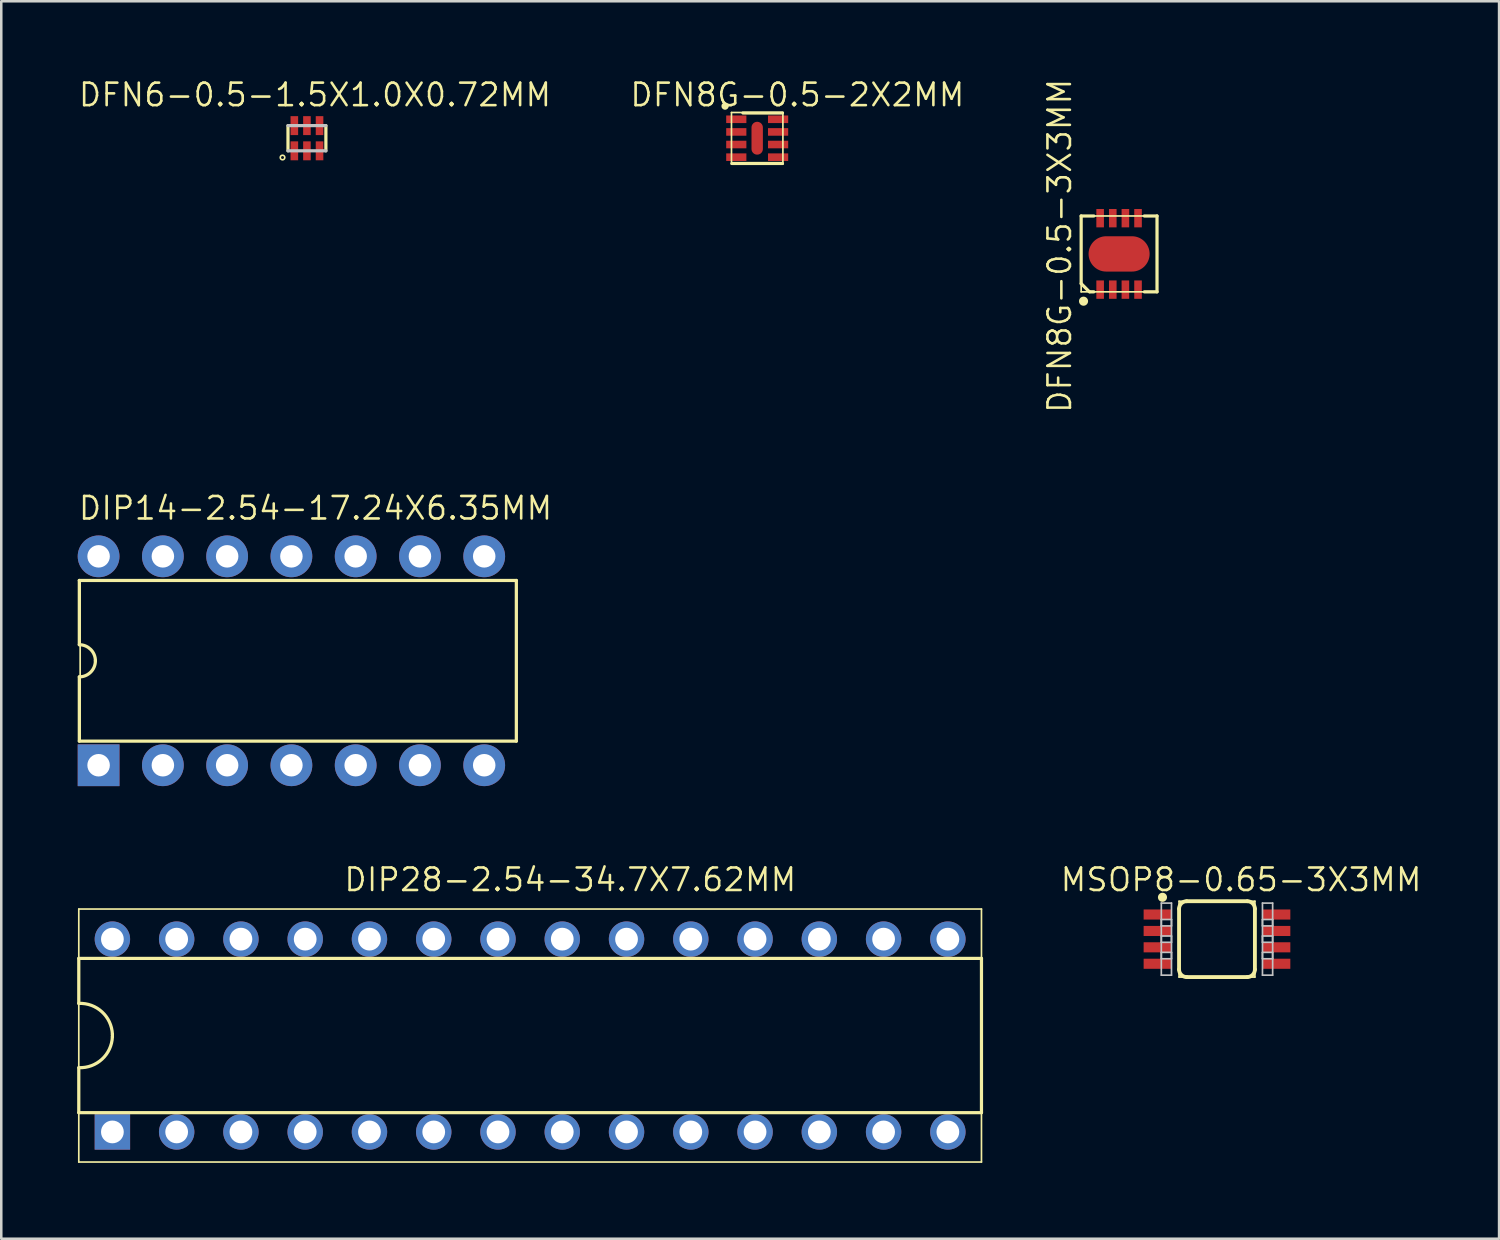
<source format=kicad_pcb>
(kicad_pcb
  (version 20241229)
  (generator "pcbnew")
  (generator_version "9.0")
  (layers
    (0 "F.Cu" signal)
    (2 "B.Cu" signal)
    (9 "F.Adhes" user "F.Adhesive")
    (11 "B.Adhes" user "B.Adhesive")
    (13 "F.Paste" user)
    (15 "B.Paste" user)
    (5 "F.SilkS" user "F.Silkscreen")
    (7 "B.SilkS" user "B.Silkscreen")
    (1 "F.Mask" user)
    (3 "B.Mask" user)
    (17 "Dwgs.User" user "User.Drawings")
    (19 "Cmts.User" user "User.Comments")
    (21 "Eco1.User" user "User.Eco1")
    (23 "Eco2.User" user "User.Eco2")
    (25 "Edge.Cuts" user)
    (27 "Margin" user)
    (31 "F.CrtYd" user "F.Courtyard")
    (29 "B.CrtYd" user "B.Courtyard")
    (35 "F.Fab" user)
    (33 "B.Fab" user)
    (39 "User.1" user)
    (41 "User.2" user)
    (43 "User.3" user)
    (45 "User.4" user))
  (footprint "DFN6-0.5-1.5X1.0X0.72MM"
    (layer "F.Cu")
    (at 9.081 2.413)
    (property "Reference" "DFN6-0.5-1.5X1.0X0.72MM" (at 0.318 -1.714 0) (layer "F.SilkS") (effects (font (size 0.889 0.889) (thickness 0.102))))
    (attr smd)
    (fp_line (start -0.749 0.498) (end -0.749 -0.498) (stroke (width 0.127) (type solid)) (layer "F.SilkS"))
    (fp_line (start 0.749 -0.498) (end 0.749 0.498) (stroke (width 0.127) (type solid)) (layer "F.SilkS"))
    (fp_circle (center -0.965 0.762) (end -1.029 0.826) (stroke (width 0.064) (type solid)) (fill no) (layer "F.SilkS"))
    (fp_line (start -0.749 -0.498) (end 0.749 -0.498) (stroke (width 0.127) (type solid)) (layer "Dwgs.User"))
    (fp_line (start 0.749 0.498) (end -0.749 0.498) (stroke (width 0.127) (type solid)) (layer "Dwgs.User"))
    (pad "1" smd rect (at -0.498 0.498 90) (size 0.749 0.3) (layers "F.Cu" "F.Mask" "F.Paste"))
    (pad "2" smd rect (at 0 0.498 90) (size 0.749 0.3) (layers "F.Cu" "F.Mask" "F.Paste"))
    (pad "3" smd rect (at 0.498 0.498 90) (size 0.749 0.3) (layers "F.Cu" "F.Mask" "F.Paste"))
    (pad "4" smd rect (at 0.498 -0.498 90) (size 0.749 0.3) (layers "F.Cu" "F.Mask" "F.Paste"))
    (pad "5" smd rect (at 0 -0.498 90) (size 0.749 0.3) (layers "F.Cu" "F.Mask" "F.Paste"))
    (pad "6" smd rect (at -0.498 -0.498 90) (size 0.749 0.3) (layers "F.Cu" "F.Mask" "F.Paste")))
  (footprint "DFN8G-0.5-3X3MM"
    (layer "F.Cu")
    (at 41.179 6.985)
    (property "Reference" "DFN8G-0.5-3X3MM" (at -2.349 -0.318 90) (layer "F.SilkS") (effects (font (size 0.889 0.889) (thickness 0.102))))
    (attr smd)
    (fp_line (start -1.499 -1.499) (end -0.998 -1.499) (stroke (width 0.127) (type solid)) (layer "F.SilkS"))
    (fp_line (start -1.499 -1.499) (end 1.499 -1.499) (stroke (width 0.066) (type solid)) (layer "F.SilkS"))
    (fp_line (start -1.499 1.173) (end -1.499 -1.499) (stroke (width 0.127) (type solid)) (layer "F.SilkS"))
    (fp_line (start -1.499 1.499) (end -1.499 -1.499) (stroke (width 0.066) (type solid)) (layer "F.SilkS"))
    (fp_line (start -1.499 1.499) (end 1.499 1.499) (stroke (width 0.066) (type solid)) (layer "F.SilkS"))
    (fp_line (start -1.173 1.499) (end -1.499 1.173) (stroke (width 0.127) (type solid)) (layer "F.SilkS"))
    (fp_line (start -0.998 1.499) (end -1.148 1.499) (stroke (width 0.127) (type solid)) (layer "F.SilkS"))
    (fp_line (start 1.499 -1.499) (end 0.998 -1.499) (stroke (width 0.127) (type solid)) (layer "F.SilkS"))
    (fp_line (start 1.499 -1.499) (end 1.499 1.499) (stroke (width 0.127) (type solid)) (layer "F.SilkS"))
    (fp_line (start 1.499 1.499) (end 0.998 1.499) (stroke (width 0.127) (type solid)) (layer "F.SilkS"))
    (fp_line (start 1.499 1.499) (end 1.499 -1.499) (stroke (width 0.066) (type solid)) (layer "F.SilkS"))
    (fp_circle (center -1.405 1.869) (end -1.532 1.996) (stroke (width 0) (type solid)) (fill yes) (layer "F.SilkS"))
    (pad "1" smd rect (at -0.749 1.412 180) (size 0.3 0.726) (layers "F.Cu" "F.Mask" "F.Paste"))
    (pad "2" smd rect (at -0.249 1.412 180) (size 0.3 0.726) (layers "F.Cu" "F.Mask" "F.Paste"))
    (pad "3" smd rect (at 0.249 1.412 180) (size 0.3 0.726) (layers "F.Cu" "F.Mask" "F.Paste"))
    (pad "4" smd rect (at 0.749 1.412 180) (size 0.3 0.726) (layers "F.Cu" "F.Mask" "F.Paste"))
    (pad "5" smd rect (at 0.749 -1.412) (size 0.3 0.726) (layers "F.Cu" "F.Mask" "F.Paste"))
    (pad "6" smd rect (at 0.249 -1.412) (size 0.3 0.726) (layers "F.Cu" "F.Mask" "F.Paste"))
    (pad "7" smd rect (at -0.249 -1.412) (size 0.3 0.726) (layers "F.Cu" "F.Mask" "F.Paste"))
    (pad "8" smd rect (at -0.749 -1.412) (size 0.3 0.726) (layers "F.Cu" "F.Mask" "F.Paste"))
    (pad "HEAT" smd oval (at 0 0) (size 2.413 1.397) (layers "F.Cu" "F.Mask" "F.Paste")))
  (footprint "DFN8G-0.5-2X2MM"
    (layer "F.Cu")
    (at 26.876 2.413)
    (property "Reference" "DFN8G-0.5-2X2MM" (at 1.587 -1.714 0) (layer "F.SilkS") (effects (font (size 0.889 0.889) (thickness 0.102))))
    (attr smd)
    (fp_line (start -1.016 -1.016) (end 1.016 -1.016) (stroke (width 0.066) (type solid)) (layer "F.SilkS"))
    (fp_line (start -1.016 1.016) (end -1.016 -1.016) (stroke (width 0.066) (type solid)) (layer "F.SilkS"))
    (fp_line (start -1.016 1.016) (end 1.016 1.016) (stroke (width 0.066) (type solid)) (layer "F.SilkS"))
    (fp_line (start -0.564 -0.998) (end 0.998 -0.998) (stroke (width 0.127) (type solid)) (layer "F.SilkS"))
    (fp_line (start 0.998 0.998) (end -0.998 0.998) (stroke (width 0.127) (type solid)) (layer "F.SilkS"))
    (fp_line (start 1.016 1.016) (end 1.016 -1.016) (stroke (width 0.066) (type solid)) (layer "F.SilkS"))
    (fp_circle (center -1.27 -1.27) (end -1.372 -1.372) (stroke (width 0) (type solid)) (fill yes) (layer "F.SilkS"))
    (pad "1" smd rect (at -0.826 -0.749) (size 0.798 0.3) (layers "F.Cu" "F.Mask" "F.Paste"))
    (pad "2" smd rect (at -0.826 -0.249) (size 0.798 0.3) (layers "F.Cu" "F.Mask" "F.Paste"))
    (pad "3" smd rect (at -0.826 0.249) (size 0.798 0.3) (layers "F.Cu" "F.Mask" "F.Paste"))
    (pad "4" smd rect (at -0.826 0.749) (size 0.798 0.3) (layers "F.Cu" "F.Mask" "F.Paste"))
    (pad "5" smd rect (at 0.826 0.749 180) (size 0.798 0.3) (layers "F.Cu" "F.Mask" "F.Paste"))
    (pad "6" smd rect (at 0.826 0.249 180) (size 0.798 0.3) (layers "F.Cu" "F.Mask" "F.Paste"))
    (pad "7" smd rect (at 0.826 -0.249 180) (size 0.798 0.3) (layers "F.Cu" "F.Mask" "F.Paste"))
    (pad "8" smd rect (at 0.826 -0.749 180) (size 0.798 0.3) (layers "F.Cu" "F.Mask" "F.Paste"))
    (pad "9" smd oval (at 0 0 270) (size 1.298 0.45) (layers "F.Cu" "F.Mask" "F.Paste")))
  (footprint "MSOP8-0.65-3X3MM"
    (layer "F.Cu")
    (at 45.048 34.067)
    (property "Reference" "MSOP8-0.65-3X3MM" (at 0.953 -2.349 0) (layer "F.SilkS") (effects (font (size 0.889 0.889) (thickness 0.102))))
    (attr smd)
    (fp_line (start -1.499 -1.499) (end 1.499 -1.499) (stroke (width 0.066) (type solid)) (layer "F.SilkS"))
    (fp_line (start -1.499 -1.199) (end -1.499 1.199) (stroke (width 0.152) (type solid)) (layer "F.SilkS"))
    (fp_line (start -1.499 1.499) (end -1.499 -1.499) (stroke (width 0.066) (type solid)) (layer "F.SilkS"))
    (fp_line (start -1.499 1.499) (end 1.499 1.499) (stroke (width 0.066) (type solid)) (layer "F.SilkS"))
    (fp_line (start -1.199 -1.499) (end 1.199 -1.499) (stroke (width 0.152) (type solid)) (layer "F.SilkS"))
    (fp_line (start -1.199 1.499) (end 1.199 1.499) (stroke (width 0.152) (type solid)) (layer "F.SilkS"))
    (fp_line (start 1.499 1.199) (end 1.499 -1.199) (stroke (width 0.152) (type solid)) (layer "F.SilkS"))
    (fp_line (start 1.499 1.499) (end 1.499 -1.499) (stroke (width 0.066) (type solid)) (layer "F.SilkS"))
    (fp_arc (start -1.4986 -1.19888) (mid -1.410814 -1.410814) (end -1.19888 -1.4986) (stroke (width 0.1524) (type solid)) (layer "F.SilkS"))
    (fp_arc (start -1.19888 1.4986) (mid -1.410814 1.410814) (end -1.4986 1.19888) (stroke (width 0.1524) (type solid)) (layer "F.SilkS"))
    (fp_arc (start 1.19888 -1.4986) (mid 1.410814 -1.410814) (end 1.4986 -1.19888) (stroke (width 0.1524) (type solid)) (layer "F.SilkS"))
    (fp_arc (start 1.4986 1.19888) (mid 1.410814 1.410814) (end 1.19888 1.4986) (stroke (width 0.1524) (type solid)) (layer "F.SilkS"))
    (fp_circle (center -2.154 -1.654) (end -2.281 -1.781) (stroke (width 0) (type solid)) (fill yes) (layer "F.SilkS"))
    (fp_line (start -2.2 -1.425) (end -1.798 -1.425) (stroke (width 0.066) (type solid)) (layer "Dwgs.User"))
    (fp_line (start -2.2 -0.775) (end -1.798 -0.775) (stroke (width 0.066) (type solid)) (layer "Dwgs.User"))
    (fp_line (start -2.2 -0.523) (end -2.2 -1.425) (stroke (width 0.066) (type solid)) (layer "Dwgs.User"))
    (fp_line (start -2.2 -0.523) (end -1.798 -0.523) (stroke (width 0.066) (type solid)) (layer "Dwgs.User"))
    (fp_line (start -2.2 -0.124) (end -1.798 -0.124) (stroke (width 0.066) (type solid)) (layer "Dwgs.User"))
    (fp_line (start -2.2 0.124) (end -2.2 -0.775) (stroke (width 0.066) (type solid)) (layer "Dwgs.User"))
    (fp_line (start -2.2 0.124) (end -1.798 0.124) (stroke (width 0.066) (type solid)) (layer "Dwgs.User"))
    (fp_line (start -2.2 0.523) (end -1.798 0.523) (stroke (width 0.066) (type solid)) (layer "Dwgs.User"))
    (fp_line (start -2.2 0.775) (end -2.2 -0.124) (stroke (width 0.066) (type solid)) (layer "Dwgs.User"))
    (fp_line (start -2.2 0.775) (end -1.798 0.775) (stroke (width 0.066) (type solid)) (layer "Dwgs.User"))
    (fp_line (start -2.2 1.425) (end -2.2 0.523) (stroke (width 0.066) (type solid)) (layer "Dwgs.User"))
    (fp_line (start -2.2 1.425) (end -1.798 1.425) (stroke (width 0.066) (type solid)) (layer "Dwgs.User"))
    (fp_line (start -1.798 -0.523) (end -1.798 -1.425) (stroke (width 0.066) (type solid)) (layer "Dwgs.User"))
    (fp_line (start -1.798 0.124) (end -1.798 -0.775) (stroke (width 0.066) (type solid)) (layer "Dwgs.User"))
    (fp_line (start -1.798 0.775) (end -1.798 -0.124) (stroke (width 0.066) (type solid)) (layer "Dwgs.User"))
    (fp_line (start -1.798 1.425) (end -1.798 0.523) (stroke (width 0.066) (type solid)) (layer "Dwgs.User"))
    (fp_line (start 1.798 -1.425) (end 2.2 -1.425) (stroke (width 0.066) (type solid)) (layer "Dwgs.User"))
    (fp_line (start 1.798 -0.775) (end 2.2 -0.775) (stroke (width 0.066) (type solid)) (layer "Dwgs.User"))
    (fp_line (start 1.798 -0.523) (end 1.798 -1.425) (stroke (width 0.066) (type solid)) (layer "Dwgs.User"))
    (fp_line (start 1.798 -0.523) (end 2.2 -0.523) (stroke (width 0.066) (type solid)) (layer "Dwgs.User"))
    (fp_line (start 1.798 -0.124) (end 2.2 -0.124) (stroke (width 0.066) (type solid)) (layer "Dwgs.User"))
    (fp_line (start 1.798 0.124) (end 1.798 -0.775) (stroke (width 0.066) (type solid)) (layer "Dwgs.User"))
    (fp_line (start 1.798 0.124) (end 2.2 0.124) (stroke (width 0.066) (type solid)) (layer "Dwgs.User"))
    (fp_line (start 1.798 0.523) (end 2.2 0.523) (stroke (width 0.066) (type solid)) (layer "Dwgs.User"))
    (fp_line (start 1.798 0.775) (end 1.798 -0.124) (stroke (width 0.066) (type solid)) (layer "Dwgs.User"))
    (fp_line (start 1.798 0.775) (end 2.2 0.775) (stroke (width 0.066) (type solid)) (layer "Dwgs.User"))
    (fp_line (start 1.798 1.425) (end 1.798 0.523) (stroke (width 0.066) (type solid)) (layer "Dwgs.User"))
    (fp_line (start 1.798 1.425) (end 2.2 1.425) (stroke (width 0.066) (type solid)) (layer "Dwgs.User"))
    (fp_line (start 2.2 -0.523) (end 2.2 -1.425) (stroke (width 0.066) (type solid)) (layer "Dwgs.User"))
    (fp_line (start 2.2 0.124) (end 2.2 -0.775) (stroke (width 0.066) (type solid)) (layer "Dwgs.User"))
    (fp_line (start 2.2 0.775) (end 2.2 -0.124) (stroke (width 0.066) (type solid)) (layer "Dwgs.User"))
    (fp_line (start 2.2 1.425) (end 2.2 0.523) (stroke (width 0.066) (type solid)) (layer "Dwgs.User"))
    (pad "1" smd rect (at -2.349 -0.973 270) (size 0.399 1.1) (layers "F.Cu" "F.Mask" "F.Paste"))
    (pad "2" smd rect (at -2.349 -0.323 270) (size 0.399 1.1) (layers "F.Cu" "F.Mask" "F.Paste"))
    (pad "3" smd rect (at -2.349 0.323 270) (size 0.399 1.1) (layers "F.Cu" "F.Mask" "F.Paste"))
    (pad "4" smd rect (at -2.349 0.973 270) (size 0.399 1.1) (layers "F.Cu" "F.Mask" "F.Paste"))
    (pad "5" smd rect (at 2.349 0.973 270) (size 0.399 1.1) (layers "F.Cu" "F.Mask" "F.Paste"))
    (pad "6" smd rect (at 2.349 0.323 270) (size 0.399 1.1) (layers "F.Cu" "F.Mask" "F.Paste"))
    (pad "7" smd rect (at 2.349 -0.323 270) (size 0.399 1.1) (layers "F.Cu" "F.Mask" "F.Paste"))
    (pad "8" smd rect (at 2.349 -0.973 270) (size 0.399 1.1) (layers "F.Cu" "F.Mask" "F.Paste")))
  (footprint "DIP14-2.54-17.24X6.35MM"
    (layer "F.Cu")
    (at 8.467 23.066)
    (property "Reference" "DIP14-2.54-17.24X6.35MM" (at 0.953 -6.032 0) (layer "F.SilkS") (effects (font (size 0.889 0.889) (thickness 0.102))))
    (attr exclude_from_pos_files exclude_from_bom)
    (fp_line (start -8.382 -3.175) (end 8.89 -3.175) (stroke (width 0.127) (type solid)) (layer "F.SilkS"))
    (fp_line (start -8.382 -0.635) (end -8.382 -3.175) (stroke (width 0.127) (type solid)) (layer "F.SilkS"))
    (fp_line (start -8.382 3.175) (end -8.382 0.635) (stroke (width 0.127) (type solid)) (layer "F.SilkS"))
    (fp_line (start -8.349 -3.175) (end 8.89 -3.175) (stroke (width 0.066) (type solid)) (layer "F.SilkS"))
    (fp_line (start -8.349 3.175) (end -8.349 -3.175) (stroke (width 0.066) (type solid)) (layer "F.SilkS"))
    (fp_line (start -8.349 3.175) (end 8.89 3.175) (stroke (width 0.066) (type solid)) (layer "F.SilkS"))
    (fp_line (start 8.89 -3.175) (end 8.89 3.175) (stroke (width 0.127) (type solid)) (layer "F.SilkS"))
    (fp_line (start 8.89 3.175) (end -8.382 3.175) (stroke (width 0.127) (type solid)) (layer "F.SilkS"))
    (fp_line (start 8.89 3.175) (end 8.89 -3.175) (stroke (width 0.066) (type solid)) (layer "F.SilkS"))
    (fp_arc (start -8.382 -0.635) (mid -7.932987 -0.449013) (end -7.747 0) (stroke (width 0.127) (type solid)) (layer "F.SilkS"))
    (fp_arc (start -7.747 0) (mid -7.932987 0.449013) (end -8.382 0.635) (stroke (width 0.127) (type solid)) (layer "F.SilkS"))
    (pad "1" thru_hole rect (at -7.62 4.128) (size 1.651 1.651) (drill 0.889) (layers "*.Cu" "*.Paste" "*.Mask"))
    (pad "2" thru_hole circle (at -5.08 4.128) (size 1.651 1.651) (drill 0.889) (layers "*.Cu" "*.Paste" "*.Mask"))
    (pad "3" thru_hole circle (at -2.54 4.128) (size 1.651 1.651) (drill 0.889) (layers "*.Cu" "*.Paste" "*.Mask"))
    (pad "4" thru_hole circle (at 0 4.128) (size 1.651 1.651) (drill 0.889) (layers "*.Cu" "*.Paste" "*.Mask"))
    (pad "5" thru_hole circle (at 2.54 4.128) (size 1.651 1.651) (drill 0.889) (layers "*.Cu" "*.Paste" "*.Mask"))
    (pad "6" thru_hole circle (at 5.08 4.128) (size 1.651 1.651) (drill 0.889) (layers "*.Cu" "*.Paste" "*.Mask"))
    (pad "7" thru_hole circle (at 7.62 4.128) (size 1.651 1.651) (drill 0.889) (layers "*.Cu" "*.Paste" "*.Mask"))
    (pad "8" thru_hole circle (at 7.62 -4.128) (size 1.651 1.651) (drill 0.889) (layers "*.Cu" "*.Paste" "*.Mask"))
    (pad "9" thru_hole circle (at 5.08 -4.128) (size 1.651 1.651) (drill 0.889) (layers "*.Cu" "*.Paste" "*.Mask"))
    (pad "10" thru_hole circle (at 2.54 -4.128) (size 1.651 1.651) (drill 0.889) (layers "*.Cu" "*.Paste" "*.Mask"))
    (pad "11" thru_hole circle (at 0 -4.128) (size 1.651 1.651) (drill 0.889) (layers "*.Cu" "*.Paste" "*.Mask"))
    (pad "12" thru_hole circle (at -2.54 -4.128) (size 1.651 1.651) (drill 0.889) (layers "*.Cu" "*.Paste" "*.Mask"))
    (pad "13" thru_hole circle (at -5.08 -4.128) (size 1.651 1.651) (drill 0.889) (layers "*.Cu" "*.Paste" "*.Mask"))
    (pad "14" thru_hole circle (at -7.62 -4.128) (size 1.651 1.651) (drill 0.889) (layers "*.Cu" "*.Paste" "*.Mask")))
  (footprint "DIP28-2.54-34.7X7.62MM"
    (layer "F.Cu")
    (at 17.902 37.877)
    (property "Reference" "DIP28-2.54-34.7X7.62MM" (at 1.587 -6.16 0) (layer "F.SilkS") (effects (font (size 0.889 0.889) (thickness 0.102))))
    (attr exclude_from_pos_files exclude_from_bom)
    (fp_line (start -17.838 -4.999) (end 17.838 -4.999) (stroke (width 0.066) (type solid)) (layer "F.SilkS"))
    (fp_line (start -17.838 -3.048) (end 17.838 -3.048) (stroke (width 0.127) (type solid)) (layer "F.SilkS"))
    (fp_line (start -17.838 -1.27) (end -17.838 -3.048) (stroke (width 0.127) (type solid)) (layer "F.SilkS"))
    (fp_line (start -17.838 3.048) (end -17.838 1.27) (stroke (width 0.127) (type solid)) (layer "F.SilkS"))
    (fp_line (start -17.838 4.999) (end -17.838 -4.999) (stroke (width 0.066) (type solid)) (layer "F.SilkS"))
    (fp_line (start -17.838 4.999) (end 17.838 4.999) (stroke (width 0.066) (type solid)) (layer "F.SilkS"))
    (fp_line (start -16.51 -0.048) (end -16.51 0.048) (stroke (width 0.127) (type solid)) (layer "F.SilkS"))
    (fp_line (start 17.838 -3.048) (end 17.838 3.048) (stroke (width 0.127) (type solid)) (layer "F.SilkS"))
    (fp_line (start 17.838 3.048) (end -17.838 3.048) (stroke (width 0.127) (type solid)) (layer "F.SilkS"))
    (fp_line (start 17.838 4.999) (end 17.838 -4.999) (stroke (width 0.066) (type solid)) (layer "F.SilkS"))
    (fp_arc (start -17.83842 -1.27) (mid -16.922231 -0.936795) (end -16.51 -0.05334) (stroke (width 0.127) (type solid)) (layer "F.SilkS"))
    (fp_arc (start -16.51 0.04826) (mid -16.918639 0.933203) (end -17.83334 1.27) (stroke (width 0.127) (type solid)) (layer "F.SilkS"))
    (pad "1" thru_hole rect (at -16.51 3.81) (size 1.4 1.4) (drill 0.899) (layers "*.Cu" "*.Paste" "*.Mask"))
    (pad "2" thru_hole circle (at -13.97 3.81) (size 1.4 1.4) (drill 0.899) (layers "*.Cu" "*.Paste" "*.Mask"))
    (pad "3" thru_hole circle (at -11.43 3.81) (size 1.4 1.4) (drill 0.899) (layers "*.Cu" "*.Paste" "*.Mask"))
    (pad "4" thru_hole circle (at -8.89 3.81) (size 1.4 1.4) (drill 0.899) (layers "*.Cu" "*.Paste" "*.Mask"))
    (pad "5" thru_hole circle (at -6.35 3.81) (size 1.4 1.4) (drill 0.899) (layers "*.Cu" "*.Paste" "*.Mask"))
    (pad "6" thru_hole circle (at -3.81 3.81) (size 1.4 1.4) (drill 0.899) (layers "*.Cu" "*.Paste" "*.Mask"))
    (pad "7" thru_hole circle (at -1.27 3.81) (size 1.4 1.4) (drill 0.899) (layers "*.Cu" "*.Paste" "*.Mask"))
    (pad "8" thru_hole circle (at 1.27 3.81) (size 1.4 1.4) (drill 0.899) (layers "*.Cu" "*.Paste" "*.Mask"))
    (pad "9" thru_hole circle (at 3.81 3.81) (size 1.4 1.4) (drill 0.899) (layers "*.Cu" "*.Paste" "*.Mask"))
    (pad "10" thru_hole circle (at 6.35 3.81) (size 1.4 1.4) (drill 0.899) (layers "*.Cu" "*.Paste" "*.Mask"))
    (pad "11" thru_hole circle (at 8.89 3.81) (size 1.4 1.4) (drill 0.899) (layers "*.Cu" "*.Paste" "*.Mask"))
    (pad "12" thru_hole circle (at 11.43 3.81) (size 1.4 1.4) (drill 0.899) (layers "*.Cu" "*.Paste" "*.Mask"))
    (pad "13" thru_hole circle (at 13.97 3.81) (size 1.4 1.4) (drill 0.899) (layers "*.Cu" "*.Paste" "*.Mask"))
    (pad "14" thru_hole circle (at 16.51 3.81) (size 1.4 1.4) (drill 0.899) (layers "*.Cu" "*.Paste" "*.Mask"))
    (pad "15" thru_hole circle (at 16.51 -3.81) (size 1.4 1.4) (drill 0.899) (layers "*.Cu" "*.Paste" "*.Mask"))
    (pad "16" thru_hole circle (at 13.97 -3.81) (size 1.4 1.4) (drill 0.899) (layers "*.Cu" "*.Paste" "*.Mask"))
    (pad "17" thru_hole circle (at 11.43 -3.81) (size 1.4 1.4) (drill 0.899) (layers "*.Cu" "*.Paste" "*.Mask"))
    (pad "18" thru_hole circle (at 8.89 -3.81) (size 1.4 1.4) (drill 0.899) (layers "*.Cu" "*.Paste" "*.Mask"))
    (pad "19" thru_hole circle (at 6.35 -3.81) (size 1.4 1.4) (drill 0.899) (layers "*.Cu" "*.Paste" "*.Mask"))
    (pad "20" thru_hole circle (at 3.81 -3.81) (size 1.4 1.4) (drill 0.899) (layers "*.Cu" "*.Paste" "*.Mask"))
    (pad "21" thru_hole circle (at 1.27 -3.81) (size 1.4 1.4) (drill 0.899) (layers "*.Cu" "*.Paste" "*.Mask"))
    (pad "22" thru_hole circle (at -1.27 -3.81) (size 1.4 1.4) (drill 0.899) (layers "*.Cu" "*.Paste" "*.Mask"))
    (pad "23" thru_hole circle (at -3.81 -3.81) (size 1.4 1.4) (drill 0.899) (layers "*.Cu" "*.Paste" "*.Mask"))
    (pad "24" thru_hole circle (at -6.35 -3.81) (size 1.4 1.4) (drill 0.899) (layers "*.Cu" "*.Paste" "*.Mask"))
    (pad "25" thru_hole circle (at -8.89 -3.81) (size 1.4 1.4) (drill 0.899) (layers "*.Cu" "*.Paste" "*.Mask"))
    (pad "26" thru_hole circle (at -11.43 -3.81) (size 1.4 1.4) (drill 0.899) (layers "*.Cu" "*.Paste" "*.Mask"))
    (pad "27" thru_hole circle (at -13.97 -3.81) (size 1.4 1.4) (drill 0.899) (layers "*.Cu" "*.Paste" "*.Mask"))
    (pad "28" thru_hole circle (at -16.51 -3.81) (size 1.4 1.4) (drill 0.899) (layers "*.Cu" "*.Paste" "*.Mask")))
  (gr_rect
    (start -3 -3)
    (end 56.197 45.908)
    (stroke (width 0.1) (type default))
    (fill no)
    (layer "Edge.Cuts")))
</source>
